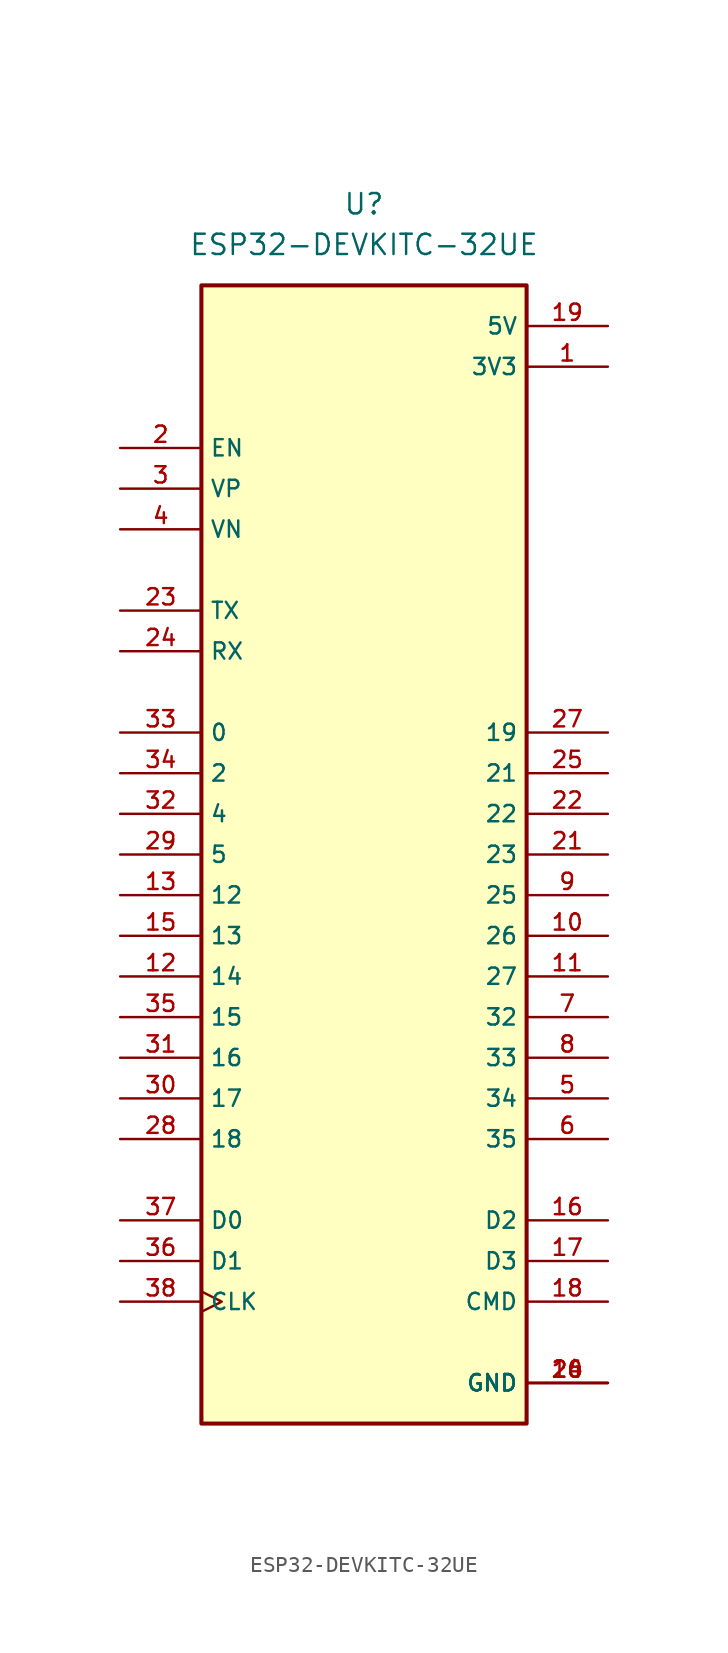
<source format=kicad_sym>
(kicad_symbol_lib
  (version 20241209)
  (generator "kicad_symbol_editor")
  (generator_version "9.0")
  (symbol "ESP32-DEVKITC-32UE"
    (property "Reference" "U"
      (at 0 0 0)
      (effects (font (size 1.27 1.27))))
    (property "Value" "ESP32-DEVKITC-32UE"
      (at 0 -2.54 0)
      (effects (font (size 1.27 1.27))))
    (symbol "ESP32-DEVKITC-32UE_0_0"
      (rectangle (start -10.16 -5.08) (end 10.16 -76.2) (stroke (width 0.254) (type default)) (fill (type background)))
      (pin input line (at -15.24 -15.24 0) (length 5.08) (name "EN" (effects (font (size 1.016 1.016)))) (number "2" (effects (font (size 1.016 1.016)))))
      (pin input line (at -15.24 -17.78 0) (length 5.08) (name "VP" (effects (font (size 1.016 1.016)))) (number "3" (effects (font (size 1.016 1.016)))))
      (pin input line (at -15.24 -20.32 0) (length 5.08) (name "VN" (effects (font (size 1.016 1.016)))) (number "4" (effects (font (size 1.016 1.016)))))
      (pin bidirectional line (at -15.24 -25.4 0) (length 5.08) (name "TX" (effects (font (size 1.016 1.016)))) (number "23" (effects (font (size 1.016 1.016)))))
      (pin bidirectional line (at -15.24 -27.94 0) (length 5.08) (name "RX" (effects (font (size 1.016 1.016)))) (number "24" (effects (font (size 1.016 1.016)))))
      (pin bidirectional line (at -15.24 -33.02 0) (length 5.08) (name "0" (effects (font (size 1.016 1.016)))) (number "33" (effects (font (size 1.016 1.016)))))
      (pin bidirectional line (at -15.24 -35.56 0) (length 5.08) (name "2" (effects (font (size 1.016 1.016)))) (number "34" (effects (font (size 1.016 1.016)))))
      (pin bidirectional line (at -15.24 -38.1 0) (length 5.08) (name "4" (effects (font (size 1.016 1.016)))) (number "32" (effects (font (size 1.016 1.016)))))
      (pin bidirectional line (at -15.24 -40.64 0) (length 5.08) (name "5" (effects (font (size 1.016 1.016)))) (number "29" (effects (font (size 1.016 1.016)))))
      (pin bidirectional line (at -15.24 -43.18 0) (length 5.08) (name "12" (effects (font (size 1.016 1.016)))) (number "13" (effects (font (size 1.016 1.016)))))
      (pin bidirectional line (at -15.24 -45.72 0) (length 5.08) (name "13" (effects (font (size 1.016 1.016)))) (number "15" (effects (font (size 1.016 1.016)))))
      (pin bidirectional line (at -15.24 -48.26 0) (length 5.08) (name "14" (effects (font (size 1.016 1.016)))) (number "12" (effects (font (size 1.016 1.016)))))
      (pin bidirectional line (at -15.24 -50.8 0) (length 5.08) (name "15" (effects (font (size 1.016 1.016)))) (number "35" (effects (font (size 1.016 1.016)))))
      (pin bidirectional line (at -15.24 -53.34 0) (length 5.08) (name "16" (effects (font (size 1.016 1.016)))) (number "31" (effects (font (size 1.016 1.016)))))
      (pin bidirectional line (at -15.24 -55.88 0) (length 5.08) (name "17" (effects (font (size 1.016 1.016)))) (number "30" (effects (font (size 1.016 1.016)))))
      (pin bidirectional line (at -15.24 -58.42 0) (length 5.08) (name "18" (effects (font (size 1.016 1.016)))) (number "28" (effects (font (size 1.016 1.016)))))
      (pin bidirectional line (at -15.24 -63.5 0) (length 5.08) (name "D0" (effects (font (size 1.016 1.016)))) (number "37" (effects (font (size 1.016 1.016)))))
      (pin bidirectional line (at -15.24 -66.04 0) (length 5.08) (name "D1" (effects (font (size 1.016 1.016)))) (number "36" (effects (font (size 1.016 1.016)))))
      (pin bidirectional clock (at -15.24 -68.58 0) (length 5.08) (name "CLK" (effects (font (size 1.016 1.016)))) (number "38" (effects (font (size 1.016 1.016)))))
      (pin power_in line (at 15.24 -7.62 180) (length 5.08) (name "5V" (effects (font (size 1.016 1.016)))) (number "19" (effects (font (size 1.016 1.016)))))
      (pin power_in line (at 15.24 -10.16 180) (length 5.08) (name "3V3" (effects (font (size 1.016 1.016)))) (number "1" (effects (font (size 1.016 1.016)))))
      (pin bidirectional line (at 15.24 -33.02 180) (length 5.08) (name "19" (effects (font (size 1.016 1.016)))) (number "27" (effects (font (size 1.016 1.016)))))
      (pin bidirectional line (at 15.24 -35.56 180) (length 5.08) (name "21" (effects (font (size 1.016 1.016)))) (number "25" (effects (font (size 1.016 1.016)))))
      (pin bidirectional line (at 15.24 -38.1 180) (length 5.08) (name "22" (effects (font (size 1.016 1.016)))) (number "22" (effects (font (size 1.016 1.016)))))
      (pin bidirectional line (at 15.24 -40.64 180) (length 5.08) (name "23" (effects (font (size 1.016 1.016)))) (number "21" (effects (font (size 1.016 1.016)))))
      (pin bidirectional line (at 15.24 -43.18 180) (length 5.08) (name "25" (effects (font (size 1.016 1.016)))) (number "9" (effects (font (size 1.016 1.016)))))
      (pin bidirectional line (at 15.24 -45.72 180) (length 5.08) (name "26" (effects (font (size 1.016 1.016)))) (number "10" (effects (font (size 1.016 1.016)))))
      (pin bidirectional line (at 15.24 -48.26 180) (length 5.08) (name "27" (effects (font (size 1.016 1.016)))) (number "11" (effects (font (size 1.016 1.016)))))
      (pin bidirectional line (at 15.24 -50.8 180) (length 5.08) (name "32" (effects (font (size 1.016 1.016)))) (number "7" (effects (font (size 1.016 1.016)))))
      (pin bidirectional line (at 15.24 -53.34 180) (length 5.08) (name "33" (effects (font (size 1.016 1.016)))) (number "8" (effects (font (size 1.016 1.016)))))
      (pin bidirectional line (at 15.24 -55.88 180) (length 5.08) (name "34" (effects (font (size 1.016 1.016)))) (number "5" (effects (font (size 1.016 1.016)))))
      (pin bidirectional line (at 15.24 -58.42 180) (length 5.08) (name "35" (effects (font (size 1.016 1.016)))) (number "6" (effects (font (size 1.016 1.016)))))
      (pin bidirectional line (at 15.24 -63.5 180) (length 5.08) (name "D2" (effects (font (size 1.016 1.016)))) (number "16" (effects (font (size 1.016 1.016)))))
      (pin bidirectional line (at 15.24 -66.04 180) (length 5.08) (name "D3" (effects (font (size 1.016 1.016)))) (number "17" (effects (font (size 1.016 1.016)))))
      (pin bidirectional line (at 15.24 -68.58 180) (length 5.08) (name "CMD" (effects (font (size 1.016 1.016)))) (number "18" (effects (font (size 1.016 1.016)))))
      (pin power_in line (at 15.24 -73.66 180) (length 5.08) (name "GND" (effects (font (size 1.016 1.016)))) (number "14" (effects (font (size 1.016 1.016)))))
      (pin power_in line (at 15.24 -73.66 180) (length 5.08) (name "GND" (effects (font (size 1.016 1.016)))) (number "20" (effects (font (size 1.016 1.016)))))
      (pin power_in line (at 15.24 -73.66 180) (length 5.08) (name "GND" (effects (font (size 1.016 1.016)))) (number "26" (effects (font (size 1.016 1.016))))))))
</source>
